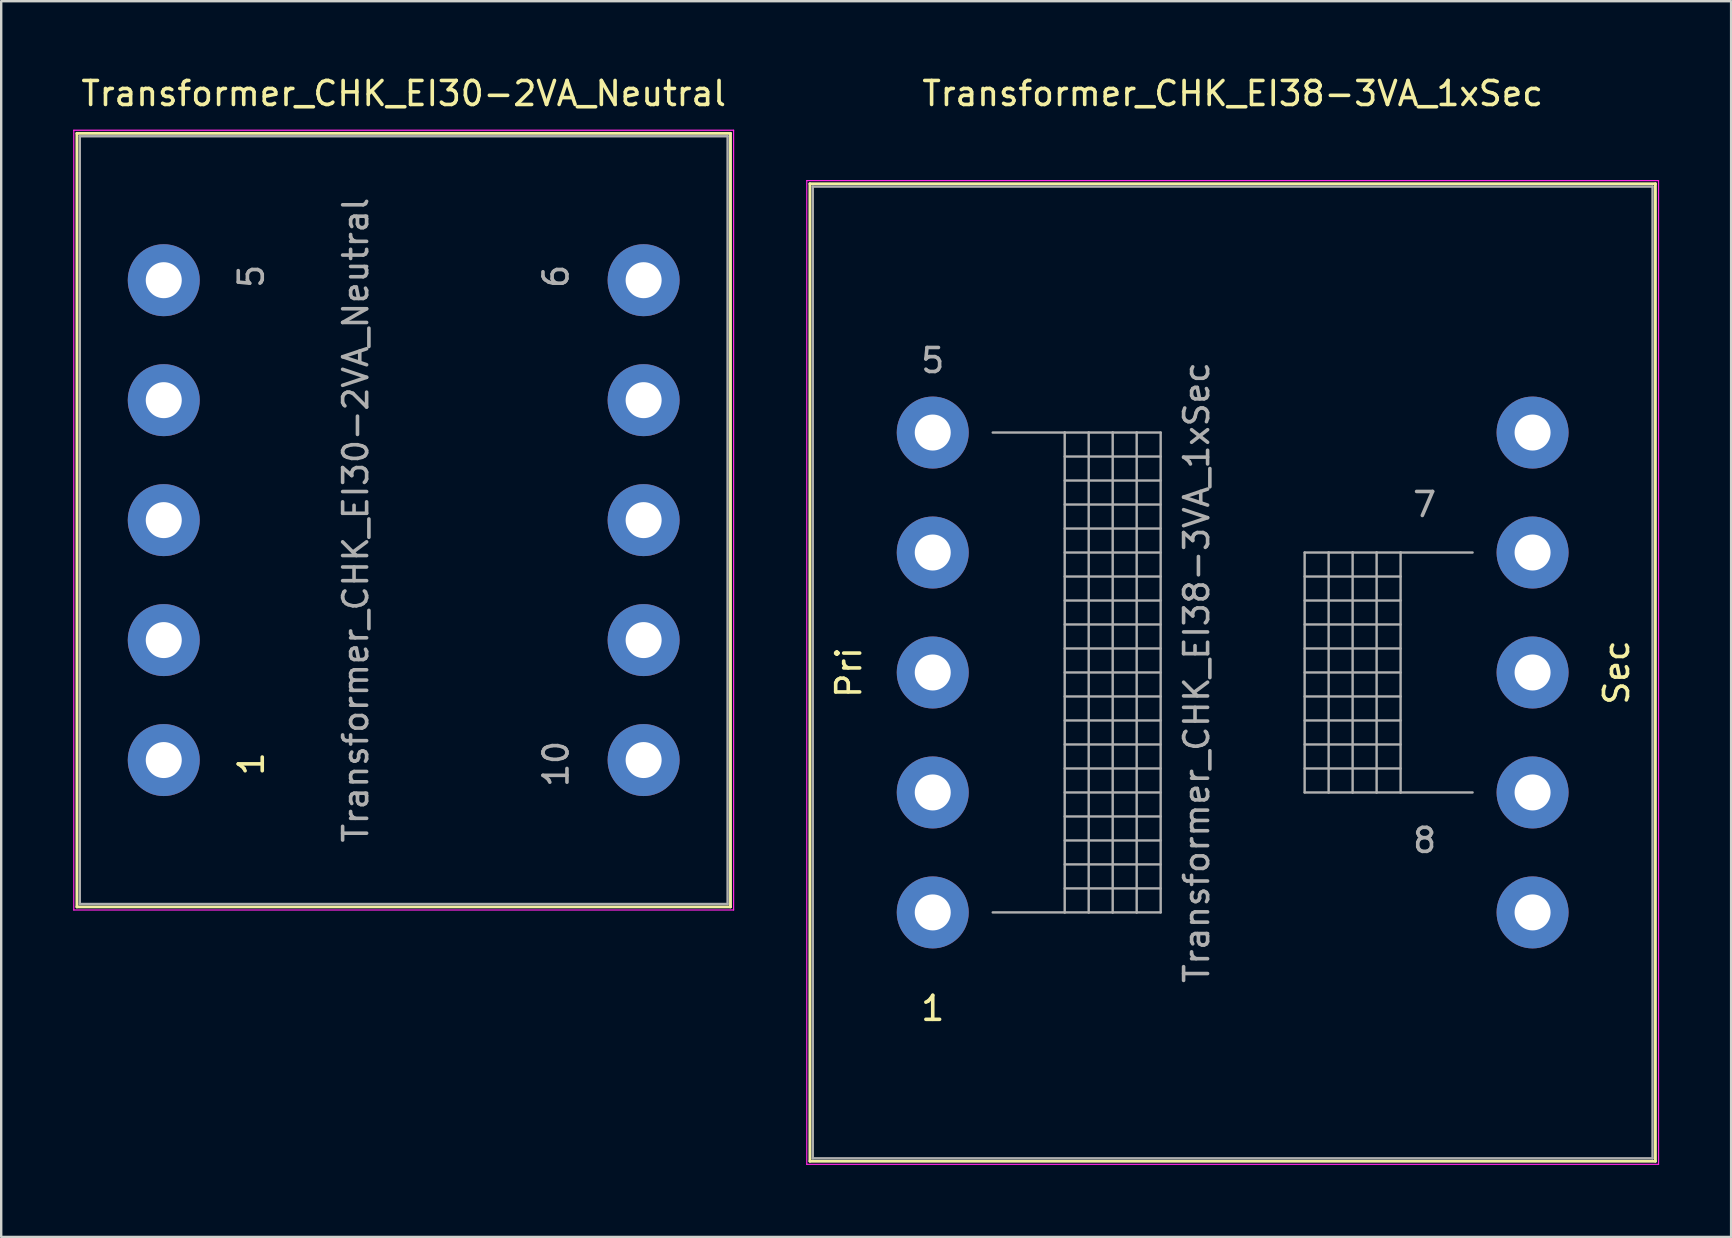
<source format=kicad_pcb>
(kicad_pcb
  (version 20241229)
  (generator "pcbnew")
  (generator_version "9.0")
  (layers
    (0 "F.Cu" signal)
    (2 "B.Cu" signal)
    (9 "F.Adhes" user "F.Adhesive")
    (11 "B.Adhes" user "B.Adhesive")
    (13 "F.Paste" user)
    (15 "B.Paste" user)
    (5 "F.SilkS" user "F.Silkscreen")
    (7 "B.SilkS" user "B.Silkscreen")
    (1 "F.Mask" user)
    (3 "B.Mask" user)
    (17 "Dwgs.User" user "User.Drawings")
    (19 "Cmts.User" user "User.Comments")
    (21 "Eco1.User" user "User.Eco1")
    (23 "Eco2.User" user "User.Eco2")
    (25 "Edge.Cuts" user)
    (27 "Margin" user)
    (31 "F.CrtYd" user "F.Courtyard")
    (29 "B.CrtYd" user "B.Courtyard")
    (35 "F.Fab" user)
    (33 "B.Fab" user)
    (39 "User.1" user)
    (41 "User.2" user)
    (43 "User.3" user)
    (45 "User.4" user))
  (footprint "Transformer_CHK_EI38-3VA_1xSec"
    (layer "F.Cu")
    (at 35.825 34.978)
    (property "Reference" "Transformer_CHK_EI38-3VA_1xSec" (at 12.5 -34.13 0) (layer "F.SilkS") (effects (font (size 1 1) (thickness 0.15))))
    (attr through_hole)
    (fp_line (start -5.12 -30.37) (end -5.12 10.37) (stroke (width 0.12) (type solid)) (layer "F.SilkS"))
    (fp_line (start -5.12 -30.37) (end 30.12 -30.37) (stroke (width 0.12) (type solid)) (layer "F.SilkS"))
    (fp_line (start 30.12 10.37) (end -5.12 10.37) (stroke (width 0.12) (type solid)) (layer "F.SilkS"))
    (fp_line (start 30.12 10.37) (end 30.12 -30.37) (stroke (width 0.12) (type solid)) (layer "F.SilkS"))
    (fp_line (start -5.25 -30.5) (end -5.25 10.5) (stroke (width 0.05) (type solid)) (layer "F.CrtYd"))
    (fp_line (start -5.25 -30.5) (end 30.25 -30.5) (stroke (width 0.05) (type solid)) (layer "F.CrtYd"))
    (fp_line (start 30.25 10.5) (end -5.25 10.5) (stroke (width 0.05) (type solid)) (layer "F.CrtYd"))
    (fp_line (start 30.25 10.5) (end 30.25 -30.5) (stroke (width 0.05) (type solid)) (layer "F.CrtYd"))
    (fp_line (start -5 -30.25) (end -5 10.25) (stroke (width 0.1) (type solid)) (layer "F.Fab"))
    (fp_line (start -5 10.25) (end 30 10.25) (stroke (width 0.1) (type solid)) (layer "F.Fab"))
    (fp_line (start 2.5 -20) (end 5.5 -20) (stroke (width 0.1) (type solid)) (layer "F.Fab"))
    (fp_line (start 5.5 -20) (end 5.5 0) (stroke (width 0.1) (type solid)) (layer "F.Fab"))
    (fp_line (start 5.5 -20) (end 6.5 -20) (stroke (width 0.1) (type solid)) (layer "F.Fab"))
    (fp_line (start 5.5 -19) (end 9.5 -19) (stroke (width 0.1) (type solid)) (layer "F.Fab"))
    (fp_line (start 5.5 -18) (end 9.5 -18) (stroke (width 0.1) (type solid)) (layer "F.Fab"))
    (fp_line (start 5.5 -17) (end 9.5 -17) (stroke (width 0.1) (type solid)) (layer "F.Fab"))
    (fp_line (start 5.5 -16) (end 9.5 -16) (stroke (width 0.1) (type solid)) (layer "F.Fab"))
    (fp_line (start 5.5 -15) (end 9.5 -15) (stroke (width 0.1) (type solid)) (layer "F.Fab"))
    (fp_line (start 5.5 -14) (end 9.5 -14) (stroke (width 0.1) (type solid)) (layer "F.Fab"))
    (fp_line (start 5.5 -13) (end 9.5 -13) (stroke (width 0.1) (type solid)) (layer "F.Fab"))
    (fp_line (start 5.5 -12) (end 9.5 -12) (stroke (width 0.1) (type solid)) (layer "F.Fab"))
    (fp_line (start 5.5 -11) (end 9.5 -11) (stroke (width 0.1) (type solid)) (layer "F.Fab"))
    (fp_line (start 5.5 -10) (end 9.5 -10) (stroke (width 0.1) (type solid)) (layer "F.Fab"))
    (fp_line (start 5.5 -9) (end 9.5 -9) (stroke (width 0.1) (type solid)) (layer "F.Fab"))
    (fp_line (start 5.5 -8) (end 9.5 -8) (stroke (width 0.1) (type solid)) (layer "F.Fab"))
    (fp_line (start 5.5 -7) (end 9.5 -7) (stroke (width 0.1) (type solid)) (layer "F.Fab"))
    (fp_line (start 5.5 -6) (end 9.5 -6) (stroke (width 0.1) (type solid)) (layer "F.Fab"))
    (fp_line (start 5.5 -5) (end 9.5 -5) (stroke (width 0.1) (type solid)) (layer "F.Fab"))
    (fp_line (start 5.5 -4) (end 9.5 -4) (stroke (width 0.1) (type solid)) (layer "F.Fab"))
    (fp_line (start 5.5 -3) (end 9.5 -3) (stroke (width 0.1) (type solid)) (layer "F.Fab"))
    (fp_line (start 5.5 -2) (end 9.5 -2) (stroke (width 0.1) (type solid)) (layer "F.Fab"))
    (fp_line (start 5.5 -1) (end 9.5 -1) (stroke (width 0.1) (type solid)) (layer "F.Fab"))
    (fp_line (start 5.5 0) (end 2.5 0) (stroke (width 0.1) (type solid)) (layer "F.Fab"))
    (fp_line (start 6.5 -20) (end 6.5 0) (stroke (width 0.1) (type solid)) (layer "F.Fab"))
    (fp_line (start 6.5 -20) (end 7.5 -20) (stroke (width 0.1) (type solid)) (layer "F.Fab"))
    (fp_line (start 6.5 0) (end 5.5 0) (stroke (width 0.1) (type solid)) (layer "F.Fab"))
    (fp_line (start 7.5 -20) (end 7.5 0) (stroke (width 0.1) (type solid)) (layer "F.Fab"))
    (fp_line (start 7.5 -20) (end 8.5 -20) (stroke (width 0.1) (type solid)) (layer "F.Fab"))
    (fp_line (start 7.5 0) (end 6.5 0) (stroke (width 0.1) (type solid)) (layer "F.Fab"))
    (fp_line (start 8.5 -20) (end 8.5 0) (stroke (width 0.1) (type solid)) (layer "F.Fab"))
    (fp_line (start 8.5 -20) (end 9.5 -20) (stroke (width 0.1) (type solid)) (layer "F.Fab"))
    (fp_line (start 8.5 0) (end 7.5 0) (stroke (width 0.1) (type solid)) (layer "F.Fab"))
    (fp_line (start 9.5 -20) (end 9.5 0) (stroke (width 0.1) (type solid)) (layer "F.Fab"))
    (fp_line (start 9.5 0) (end 8.5 0) (stroke (width 0.1) (type solid)) (layer "F.Fab"))
    (fp_line (start 15.5 -15) (end 15.5 -5) (stroke (width 0.1) (type solid)) (layer "F.Fab"))
    (fp_line (start 15.5 -14) (end 19.5 -14) (stroke (width 0.1) (type solid)) (layer "F.Fab"))
    (fp_line (start 15.5 -12) (end 19.5 -12) (stroke (width 0.1) (type solid)) (layer "F.Fab"))
    (fp_line (start 15.5 -10) (end 19.5 -10) (stroke (width 0.1) (type solid)) (layer "F.Fab"))
    (fp_line (start 15.5 -8) (end 19.5 -8) (stroke (width 0.1) (type solid)) (layer "F.Fab"))
    (fp_line (start 15.5 -6) (end 19.5 -6) (stroke (width 0.1) (type solid)) (layer "F.Fab"))
    (fp_line (start 15.5 -5) (end 16.5 -5) (stroke (width 0.1) (type solid)) (layer "F.Fab"))
    (fp_line (start 16.5 -15) (end 15.5 -15) (stroke (width 0.1) (type solid)) (layer "F.Fab"))
    (fp_line (start 16.5 -15) (end 16.5 -5) (stroke (width 0.1) (type solid)) (layer "F.Fab"))
    (fp_line (start 16.5 -5) (end 17.5 -5) (stroke (width 0.1) (type solid)) (layer "F.Fab"))
    (fp_line (start 17.5 -15) (end 16.5 -15) (stroke (width 0.1) (type solid)) (layer "F.Fab"))
    (fp_line (start 17.5 -15) (end 17.5 -5) (stroke (width 0.1) (type solid)) (layer "F.Fab"))
    (fp_line (start 17.5 -5) (end 18.5 -5) (stroke (width 0.1) (type solid)) (layer "F.Fab"))
    (fp_line (start 18.5 -15) (end 17.5 -15) (stroke (width 0.1) (type solid)) (layer "F.Fab"))
    (fp_line (start 18.5 -15) (end 18.5 -5) (stroke (width 0.1) (type solid)) (layer "F.Fab"))
    (fp_line (start 18.5 -5) (end 19.5 -5) (stroke (width 0.1) (type solid)) (layer "F.Fab"))
    (fp_line (start 19.5 -15) (end 18.5 -15) (stroke (width 0.1) (type solid)) (layer "F.Fab"))
    (fp_line (start 19.5 -15) (end 19.5 -5) (stroke (width 0.1) (type solid)) (layer "F.Fab"))
    (fp_line (start 19.5 -13) (end 15.5 -13) (stroke (width 0.1) (type solid)) (layer "F.Fab"))
    (fp_line (start 19.5 -11) (end 15.5 -11) (stroke (width 0.1) (type solid)) (layer "F.Fab"))
    (fp_line (start 19.5 -9) (end 15.5 -9) (stroke (width 0.1) (type solid)) (layer "F.Fab"))
    (fp_line (start 19.5 -7) (end 15.5 -7) (stroke (width 0.1) (type solid)) (layer "F.Fab"))
    (fp_line (start 19.5 -5) (end 22.5 -5) (stroke (width 0.1) (type solid)) (layer "F.Fab"))
    (fp_line (start 22.5 -15) (end 19.5 -15) (stroke (width 0.1) (type solid)) (layer "F.Fab"))
    (fp_line (start 30 -30.25) (end -5 -30.25) (stroke (width 0.1) (type solid)) (layer "F.Fab"))
    (fp_line (start 30 10.25) (end 30 -30.25) (stroke (width 0.1) (type solid)) (layer "F.Fab"))
    (fp_text user "Sec" (at 28.5 -10 90) (layer "F.SilkS") (effects (font (size 1 1) (thickness 0.15))))
    (fp_text user "1" (at 0 4 0) (layer "F.SilkS") (effects (font (size 1 1) (thickness 0.15))))
    (fp_text user "Pri" (at -3.5 -10 90) (layer "F.SilkS") (effects (font (size 1 1) (thickness 0.15))))
    (fp_text user "8" (at 20.5 -3 0) (layer "F.Fab") (effects (font (size 1 1) (thickness 0.15))))
    (fp_text user "${REFERENCE}" (at 11 -10 90) (layer "F.Fab") (effects (font (size 1 1) (thickness 0.15))))
    (fp_text user "7" (at 20.5 -17 0) (layer "F.Fab") (effects (font (size 1 1) (thickness 0.15))))
    (fp_text user "5" (at 0 -23 0) (layer "F.Fab") (effects (font (size 1 1) (thickness 0.15))))
    (pad "1" thru_hole circle (at 0 0) (size 3 3) (drill 1.5) (layers "*.Cu" "*.Mask"))
    (pad "2" thru_hole circle (at 0 -5) (size 3 3) (drill 1.5) (layers "*.Cu" "*.Mask"))
    (pad "3" thru_hole circle (at 0 -10) (size 3 3) (drill 1.5) (layers "*.Cu" "*.Mask"))
    (pad "4" thru_hole circle (at 0 -15) (size 3 3) (drill 1.5) (layers "*.Cu" "*.Mask"))
    (pad "5" thru_hole circle (at 0 -20) (size 3 3) (drill 1.5) (layers "*.Cu" "*.Mask"))
    (pad "6" thru_hole circle (at 25 -20) (size 3 3) (drill 1.5) (layers "*.Cu" "*.Mask"))
    (pad "7" thru_hole circle (at 25 -15) (size 3 3) (drill 1.5) (layers "*.Cu" "*.Mask"))
    (pad "8" thru_hole circle (at 25 -10) (size 3 3) (drill 1.5) (layers "*.Cu" "*.Mask"))
    (pad "9" thru_hole circle (at 25 -5) (size 3 3) (drill 1.5) (layers "*.Cu" "*.Mask"))
    (pad "10" thru_hole circle (at 25 0) (size 3 3) (drill 1.5) (layers "*.Cu" "*.Mask")))
  (footprint "Transformer_CHK_EI30-2VA_Neutral"
    (layer "F.Cu")
    (at 3.775 28.628)
    (property "Reference" "Transformer_CHK_EI30-2VA_Neutral" (at 10 -27.78 0) (layer "F.SilkS") (effects (font (size 1 1) (thickness 0.15))))
    (attr through_hole)
    (fp_line (start -3.62 -26.12) (end -3.62 6.12) (stroke (width 0.12) (type solid)) (layer "F.SilkS"))
    (fp_line (start -3.62 -26.12) (end 23.62 -26.12) (stroke (width 0.12) (type solid)) (layer "F.SilkS"))
    (fp_line (start 23.62 6.12) (end -3.62 6.12) (stroke (width 0.12) (type solid)) (layer "F.SilkS"))
    (fp_line (start 23.62 6.12) (end 23.62 -26.12) (stroke (width 0.12) (type solid)) (layer "F.SilkS"))
    (fp_line (start -3.75 -26.25) (end -3.75 6.25) (stroke (width 0.05) (type solid)) (layer "F.CrtYd"))
    (fp_line (start -3.75 -26.25) (end 23.75 -26.25) (stroke (width 0.05) (type solid)) (layer "F.CrtYd"))
    (fp_line (start 23.75 6.25) (end -3.75 6.25) (stroke (width 0.05) (type solid)) (layer "F.CrtYd"))
    (fp_line (start 23.75 6.25) (end 23.75 -26.25) (stroke (width 0.05) (type solid)) (layer "F.CrtYd"))
    (fp_line (start -3.5 -26) (end -3.5 6) (stroke (width 0.1) (type solid)) (layer "F.Fab"))
    (fp_line (start -3.5 6) (end 23.5 6) (stroke (width 0.1) (type solid)) (layer "F.Fab"))
    (fp_line (start 23.5 -26) (end -3.5 -26) (stroke (width 0.1) (type solid)) (layer "F.Fab"))
    (fp_line (start 23.5 6) (end 23.5 -26) (stroke (width 0.1) (type solid)) (layer "F.Fab"))
    (fp_text user "1" (at 3.65 0.16 90) (layer "F.SilkS") (effects (font (size 1 1) (thickness 0.15))))
    (fp_text user "6" (at 16.35 -20.16 90) (layer "F.Fab") (effects (font (size 1 1) (thickness 0.15))))
    (fp_text user "5" (at 3.65 -20.16 90) (layer "F.Fab") (effects (font (size 1 1) (thickness 0.15))))
    (fp_text user "${REFERENCE}" (at 8 -10 90) (layer "F.Fab") (effects (font (size 1 1) (thickness 0.15))))
    (fp_text user "10" (at 16.35 0.16 90) (layer "F.Fab") (effects (font (size 1 1) (thickness 0.15))))
    (pad "1" thru_hole circle (at 0 0) (size 3 3) (drill 1.5) (layers "*.Cu" "*.Mask"))
    (pad "2" thru_hole circle (at 0 -5) (size 3 3) (drill 1.5) (layers "*.Cu" "*.Mask"))
    (pad "3" thru_hole circle (at 0 -10) (size 3 3) (drill 1.5) (layers "*.Cu" "*.Mask"))
    (pad "4" thru_hole circle (at 0 -15) (size 3 3) (drill 1.5) (layers "*.Cu" "*.Mask"))
    (pad "5" thru_hole circle (at 0 -20) (size 3 3) (drill 1.5) (layers "*.Cu" "*.Mask"))
    (pad "6" thru_hole circle (at 20 -20) (size 3 3) (drill 1.5) (layers "*.Cu" "*.Mask"))
    (pad "7" thru_hole circle (at 20 -15) (size 3 3) (drill 1.5) (layers "*.Cu" "*.Mask"))
    (pad "8" thru_hole circle (at 20 -10) (size 3 3) (drill 1.5) (layers "*.Cu" "*.Mask"))
    (pad "9" thru_hole circle (at 20 -5) (size 3 3) (drill 1.5) (layers "*.Cu" "*.Mask"))
    (pad "10" thru_hole circle (at 20 0) (size 3 3) (drill 1.5) (layers "*.Cu" "*.Mask")))
  (gr_rect
    (start -3 -3)
    (end 69.1 48.503)
    (stroke (width 0.1) (type default))
    (fill no)
    (layer "Edge.Cuts")))
</source>
